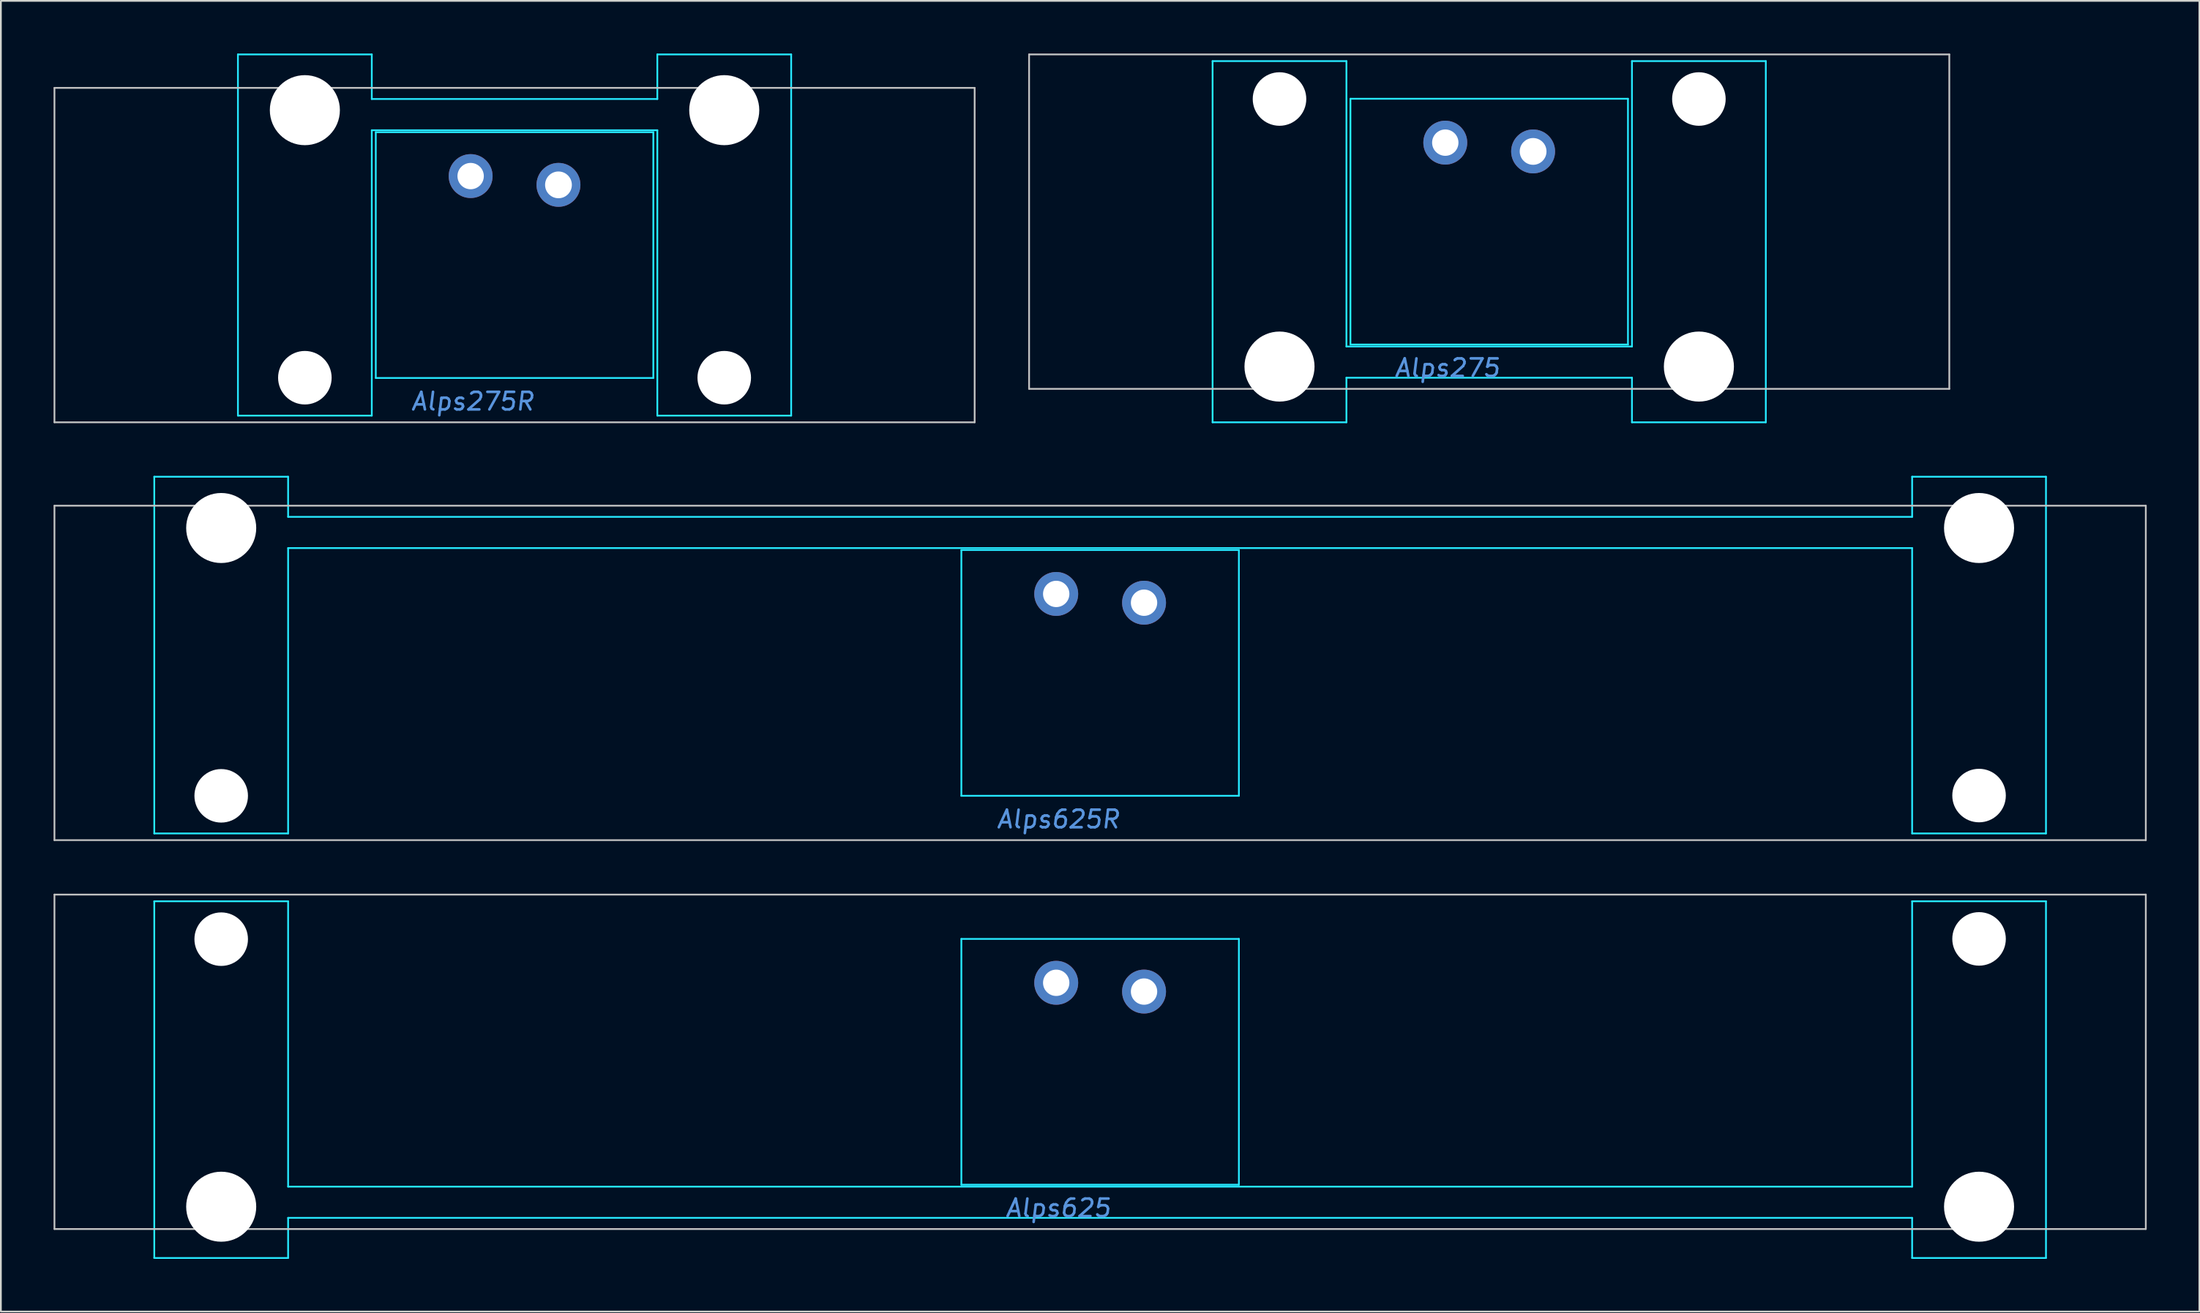
<source format=kicad_pcb>
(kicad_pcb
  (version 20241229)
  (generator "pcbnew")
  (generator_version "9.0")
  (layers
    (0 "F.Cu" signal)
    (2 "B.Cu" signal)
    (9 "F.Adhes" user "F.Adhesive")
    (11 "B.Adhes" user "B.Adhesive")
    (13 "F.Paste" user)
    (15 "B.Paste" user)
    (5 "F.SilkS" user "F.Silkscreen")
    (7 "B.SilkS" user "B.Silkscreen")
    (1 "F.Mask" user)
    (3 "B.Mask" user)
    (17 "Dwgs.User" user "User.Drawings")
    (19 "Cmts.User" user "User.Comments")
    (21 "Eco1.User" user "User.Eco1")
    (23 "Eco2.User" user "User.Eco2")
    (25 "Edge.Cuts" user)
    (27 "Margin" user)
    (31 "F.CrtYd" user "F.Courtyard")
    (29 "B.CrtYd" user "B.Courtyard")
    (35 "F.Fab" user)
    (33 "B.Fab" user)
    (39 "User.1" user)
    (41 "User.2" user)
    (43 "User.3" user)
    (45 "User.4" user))
  (footprint "Alps275R"
    (layer "F.Cu")
    (at 26.244 11.48)
    (property "Reference" "Alps275R" (at -2.381 8.334 0) (layer "Cmts.User") (effects (font (size 1 1) (thickness 0.15) (italic yes))))
    (attr through_hole)
    (fp_line (start -26.194 -9.525) (end -26.194 9.525) (stroke (width 0.1) (type solid)) (layer "Dwgs.User"))
    (fp_line (start 26.194 -9.525) (end -26.194 -9.525) (stroke (width 0.1) (type solid)) (layer "Dwgs.User"))
    (fp_line (start 26.194 -9.525) (end 26.194 9.525) (stroke (width 0.1) (type solid)) (layer "Dwgs.User"))
    (fp_line (start 26.194 9.525) (end -26.194 9.525) (stroke (width 0.1) (type solid)) (layer "Dwgs.User"))
    (fp_line (start -15.748 -11.43) (end -8.128 -11.43) (stroke (width 0.1) (type solid)) (layer "B.CrtYd"))
    (fp_line (start -15.748 9.144) (end -15.748 -11.43) (stroke (width 0.1) (type solid)) (layer "B.CrtYd"))
    (fp_line (start -8.128 -11.43) (end -8.128 -8.89) (stroke (width 0.1) (type solid)) (layer "B.CrtYd"))
    (fp_line (start -8.128 9.144) (end -15.748 9.144) (stroke (width 0.1) (type solid)) (layer "B.CrtYd"))
    (fp_line (start -8.128 9.144) (end -8.128 -7.112) (stroke (width 0.1) (type solid)) (layer "B.CrtYd"))
    (fp_line (start -7.9 -7) (end 7.9 -7) (stroke (width 0.1) (type solid)) (layer "B.CrtYd"))
    (fp_line (start -7.9 7) (end -7.9 -7) (stroke (width 0.1) (type solid)) (layer "B.CrtYd"))
    (fp_line (start -7.9 7) (end 7.9 7) (stroke (width 0.1) (type solid)) (layer "B.CrtYd"))
    (fp_line (start 7.9 7) (end 7.9 -7) (stroke (width 0.1) (type solid)) (layer "B.CrtYd"))
    (fp_line (start 8.128 -11.43) (end 8.128 -8.89) (stroke (width 0.1) (type solid)) (layer "B.CrtYd"))
    (fp_line (start 8.128 -11.43) (end 15.748 -11.43) (stroke (width 0.1) (type solid)) (layer "B.CrtYd"))
    (fp_line (start 8.128 -8.89) (end -8.128 -8.89) (stroke (width 0.1) (type solid)) (layer "B.CrtYd"))
    (fp_line (start 8.128 -7.112) (end -8.128 -7.112) (stroke (width 0.1) (type solid)) (layer "B.CrtYd"))
    (fp_line (start 8.128 9.144) (end 8.128 -7.112) (stroke (width 0.1) (type solid)) (layer "B.CrtYd"))
    (fp_line (start 15.748 -11.43) (end 15.748 9.144) (stroke (width 0.1) (type solid)) (layer "B.CrtYd"))
    (fp_line (start 15.748 9.144) (end 8.128 9.144) (stroke (width 0.1) (type solid)) (layer "B.CrtYd"))
    (pad "" np_thru_hole circle (at -11.938 -8.255) (size 3.988 3.988) (drill 3.988) (layers "*.Cu" "*.Mask"))
    (pad "" np_thru_hole circle (at -11.938 6.985) (size 3.048 3.048) (drill 3.048) (layers "*.Cu" "*.Mask"))
    (pad "" np_thru_hole circle (at 11.938 -8.255) (size 3.988 3.988) (drill 3.988) (layers "*.Cu" "*.Mask"))
    (pad "" np_thru_hole circle (at 11.938 6.985) (size 3.048 3.048) (drill 3.048) (layers "*.Cu" "*.Mask"))
    (pad "1" thru_hole circle (at -2.5 -4.5 45) (size 2.5 2.5) (drill 1.5) (layers "*.Cu" "*.Mask"))
    (pad "2" thru_hole circle (at 2.5 -4 45) (size 2.5 2.5) (drill 1.524) (layers "*.Cu" "*.Mask")))
  (footprint "Alps275"
    (layer "F.Cu")
    (at 81.731 9.575)
    (property "Reference" "Alps275" (at -2.381 8.334 0) (layer "Cmts.User") (effects (font (size 1 1) (thickness 0.15) (italic yes))))
    (attr through_hole)
    (fp_line (start -26.194 -9.525) (end -26.194 9.525) (stroke (width 0.1) (type solid)) (layer "Dwgs.User"))
    (fp_line (start 26.194 -9.525) (end -26.194 -9.525) (stroke (width 0.1) (type solid)) (layer "Dwgs.User"))
    (fp_line (start 26.194 -9.525) (end 26.194 9.525) (stroke (width 0.1) (type solid)) (layer "Dwgs.User"))
    (fp_line (start 26.194 9.525) (end -26.194 9.525) (stroke (width 0.1) (type solid)) (layer "Dwgs.User"))
    (fp_line (start -15.748 -9.144) (end -8.128 -9.144) (stroke (width 0.1) (type solid)) (layer "B.CrtYd"))
    (fp_line (start -15.748 11.43) (end -15.748 -9.144) (stroke (width 0.1) (type solid)) (layer "B.CrtYd"))
    (fp_line (start -8.128 -9.144) (end -8.128 7.112) (stroke (width 0.1) (type solid)) (layer "B.CrtYd"))
    (fp_line (start -8.128 7.112) (end 8.128 7.112) (stroke (width 0.1) (type solid)) (layer "B.CrtYd"))
    (fp_line (start -8.128 8.89) (end 8.128 8.89) (stroke (width 0.1) (type solid)) (layer "B.CrtYd"))
    (fp_line (start -8.128 11.43) (end -15.748 11.43) (stroke (width 0.1) (type solid)) (layer "B.CrtYd"))
    (fp_line (start -8.128 11.43) (end -8.128 8.89) (stroke (width 0.1) (type solid)) (layer "B.CrtYd"))
    (fp_line (start -7.9 -7) (end -7.9 7) (stroke (width 0.1) (type solid)) (layer "B.CrtYd"))
    (fp_line (start 7.9 -7) (end -7.9 -7) (stroke (width 0.1) (type solid)) (layer "B.CrtYd"))
    (fp_line (start 7.9 -7) (end 7.9 7) (stroke (width 0.1) (type solid)) (layer "B.CrtYd"))
    (fp_line (start 7.9 7) (end -7.9 7) (stroke (width 0.1) (type solid)) (layer "B.CrtYd"))
    (fp_line (start 8.128 -9.144) (end 8.128 7.112) (stroke (width 0.1) (type solid)) (layer "B.CrtYd"))
    (fp_line (start 8.128 -9.144) (end 15.748 -9.144) (stroke (width 0.1) (type solid)) (layer "B.CrtYd"))
    (fp_line (start 8.128 11.43) (end 8.128 8.89) (stroke (width 0.1) (type solid)) (layer "B.CrtYd"))
    (fp_line (start 15.748 -9.144) (end 15.748 11.43) (stroke (width 0.1) (type solid)) (layer "B.CrtYd"))
    (fp_line (start 15.748 11.43) (end 8.128 11.43) (stroke (width 0.1) (type solid)) (layer "B.CrtYd"))
    (pad "" np_thru_hole circle (at -11.938 -6.985 180) (size 3.048 3.048) (drill 3.048) (layers "*.Cu" "*.Mask"))
    (pad "" np_thru_hole circle (at -11.938 8.255 180) (size 3.988 3.988) (drill 3.988) (layers "*.Cu" "*.Mask"))
    (pad "" np_thru_hole circle (at 11.938 -6.985 180) (size 3.048 3.048) (drill 3.048) (layers "*.Cu" "*.Mask"))
    (pad "" np_thru_hole circle (at 11.938 8.255 180) (size 3.988 3.988) (drill 3.988) (layers "*.Cu" "*.Mask"))
    (pad "1" thru_hole circle (at -2.5 -4.5 45) (size 2.5 2.5) (drill 1.5) (layers "*.Cu" "*.Mask"))
    (pad "2" thru_hole circle (at 2.5 -4 45) (size 2.5 2.5) (drill 1.524) (layers "*.Cu" "*.Mask")))
  (footprint "Alps625"
    (layer "F.Cu")
    (at 59.581 57.431)
    (property "Reference" "Alps625" (at -2.381 8.334 0) (layer "Cmts.User") (effects (font (size 1 1) (thickness 0.15) (italic yes))))
    (attr through_hole)
    (fp_line (start -59.531 -9.525) (end -59.531 9.525) (stroke (width 0.1) (type solid)) (layer "Dwgs.User"))
    (fp_line (start -59.531 -9.525) (end 59.531 -9.525) (stroke (width 0.1) (type solid)) (layer "Dwgs.User"))
    (fp_line (start -59.531 9.525) (end 59.531 9.525) (stroke (width 0.1) (type solid)) (layer "Dwgs.User"))
    (fp_line (start 59.531 -9.525) (end 59.531 9.525) (stroke (width 0.1) (type solid)) (layer "Dwgs.User"))
    (fp_line (start -53.848 -9.144) (end -53.848 11.176) (stroke (width 0.1) (type solid)) (layer "B.CrtYd"))
    (fp_line (start -53.848 -9.144) (end -46.228 -9.144) (stroke (width 0.1) (type solid)) (layer "B.CrtYd"))
    (fp_line (start -53.848 11.176) (end -46.228 11.176) (stroke (width 0.1) (type solid)) (layer "B.CrtYd"))
    (fp_line (start -46.228 7.112) (end -46.228 -9.144) (stroke (width 0.1) (type solid)) (layer "B.CrtYd"))
    (fp_line (start -46.228 7.112) (end 46.228 7.112) (stroke (width 0.1) (type solid)) (layer "B.CrtYd"))
    (fp_line (start -46.228 8.89) (end -46.228 11.176) (stroke (width 0.1) (type solid)) (layer "B.CrtYd"))
    (fp_line (start -46.228 8.89) (end 46.228 8.89) (stroke (width 0.1) (type solid)) (layer "B.CrtYd"))
    (fp_line (start -7.9 -7) (end 7.9 -7) (stroke (width 0.1) (type solid)) (layer "B.CrtYd"))
    (fp_line (start -7.9 7) (end -7.9 -7) (stroke (width 0.1) (type solid)) (layer "B.CrtYd"))
    (fp_line (start -7.9 7) (end 7.9 7) (stroke (width 0.1) (type solid)) (layer "B.CrtYd"))
    (fp_line (start 7.9 7) (end 7.9 -7) (stroke (width 0.1) (type solid)) (layer "B.CrtYd"))
    (fp_line (start 46.228 -9.144) (end 53.848 -9.144) (stroke (width 0.1) (type solid)) (layer "B.CrtYd"))
    (fp_line (start 46.228 7.112) (end 46.228 -9.144) (stroke (width 0.1) (type solid)) (layer "B.CrtYd"))
    (fp_line (start 46.228 8.89) (end 46.228 11.176) (stroke (width 0.1) (type solid)) (layer "B.CrtYd"))
    (fp_line (start 46.228 11.176) (end 53.848 11.176) (stroke (width 0.1) (type solid)) (layer "B.CrtYd"))
    (fp_line (start 53.848 -9.144) (end 53.848 11.176) (stroke (width 0.1) (type solid)) (layer "B.CrtYd"))
    (pad "" np_thru_hole circle (at -50.038 -6.985 180) (size 3.048 3.048) (drill 3.048) (layers "*.Cu" "*.Mask"))
    (pad "" np_thru_hole circle (at -50.038 8.255 180) (size 3.988 3.988) (drill 3.988) (layers "*.Cu" "*.Mask"))
    (pad "" np_thru_hole circle (at 50.038 -7 180) (size 3.048 3.048) (drill 3.048) (layers "*.Cu" "*.Mask"))
    (pad "" np_thru_hole circle (at 50.038 8.255 180) (size 3.988 3.988) (drill 3.988) (layers "*.Cu" "*.Mask"))
    (pad "1" thru_hole circle (at -2.5 -4.5 45) (size 2.5 2.5) (drill 1.5) (layers "*.Cu" "*.Mask"))
    (pad "2" thru_hole circle (at 2.5 -4) (size 2.5 2.5) (drill 1.5) (layers "*.Cu" "*.Mask")))
  (footprint "Alps625R"
    (layer "F.Cu")
    (at 59.581 35.281)
    (property "Reference" "Alps625R" (at -2.381 8.334 0) (layer "Cmts.User") (effects (font (size 1 1) (thickness 0.15) (italic yes))))
    (attr through_hole)
    (fp_line (start -59.531 -9.525) (end -59.531 9.525) (stroke (width 0.1) (type solid)) (layer "Dwgs.User"))
    (fp_line (start -59.531 -9.525) (end 59.531 -9.525) (stroke (width 0.1) (type solid)) (layer "Dwgs.User"))
    (fp_line (start -59.531 9.525) (end 59.531 9.525) (stroke (width 0.1) (type solid)) (layer "Dwgs.User"))
    (fp_line (start 59.531 -9.525) (end 59.531 9.525) (stroke (width 0.1) (type solid)) (layer "Dwgs.User"))
    (fp_line (start -53.848 9.144) (end -53.848 -11.176) (stroke (width 0.1) (type solid)) (layer "B.CrtYd"))
    (fp_line (start -46.228 -11.176) (end -53.848 -11.176) (stroke (width 0.1) (type solid)) (layer "B.CrtYd"))
    (fp_line (start -46.228 -8.89) (end -46.228 -11.176) (stroke (width 0.1) (type solid)) (layer "B.CrtYd"))
    (fp_line (start -46.228 -7.112) (end -46.228 9.144) (stroke (width 0.1) (type solid)) (layer "B.CrtYd"))
    (fp_line (start -46.228 9.144) (end -53.848 9.144) (stroke (width 0.1) (type solid)) (layer "B.CrtYd"))
    (fp_line (start -7.9 -7) (end 7.9 -7) (stroke (width 0.1) (type solid)) (layer "B.CrtYd"))
    (fp_line (start -7.9 7) (end -7.9 -7) (stroke (width 0.1) (type solid)) (layer "B.CrtYd"))
    (fp_line (start -7.9 7) (end 7.9 7) (stroke (width 0.1) (type solid)) (layer "B.CrtYd"))
    (fp_line (start 7.9 7) (end 7.9 -7) (stroke (width 0.1) (type solid)) (layer "B.CrtYd"))
    (fp_line (start 46.228 -8.89) (end -46.228 -8.89) (stroke (width 0.1) (type solid)) (layer "B.CrtYd"))
    (fp_line (start 46.228 -8.89) (end 46.228 -11.176) (stroke (width 0.1) (type solid)) (layer "B.CrtYd"))
    (fp_line (start 46.228 -7.112) (end -46.228 -7.112) (stroke (width 0.1) (type solid)) (layer "B.CrtYd"))
    (fp_line (start 46.228 -7.112) (end 46.228 9.144) (stroke (width 0.1) (type solid)) (layer "B.CrtYd"))
    (fp_line (start 53.848 -11.176) (end 46.228 -11.176) (stroke (width 0.1) (type solid)) (layer "B.CrtYd"))
    (fp_line (start 53.848 9.144) (end 46.228 9.144) (stroke (width 0.1) (type solid)) (layer "B.CrtYd"))
    (fp_line (start 53.848 9.144) (end 53.848 -11.176) (stroke (width 0.1) (type solid)) (layer "B.CrtYd"))
    (pad "" np_thru_hole circle (at -50.038 -8.255) (size 3.988 3.988) (drill 3.988) (layers "*.Cu" "*.Mask"))
    (pad "" np_thru_hole circle (at -50.038 7) (size 3.048 3.048) (drill 3.048) (layers "*.Cu" "*.Mask"))
    (pad "" np_thru_hole circle (at 50.038 -8.255) (size 3.988 3.988) (drill 3.988) (layers "*.Cu" "*.Mask"))
    (pad "" np_thru_hole circle (at 50.038 6.985) (size 3.048 3.048) (drill 3.048) (layers "*.Cu" "*.Mask"))
    (pad "1" thru_hole circle (at -2.5 -4.5 45) (size 2.5 2.5) (drill 1.5) (layers "*.Cu" "*.Mask"))
    (pad "2" thru_hole circle (at 2.5 -4) (size 2.5 2.5) (drill 1.5) (layers "*.Cu" "*.Mask")))
  (gr_rect
    (start -3 -3)
    (end 122.162 71.657)
    (stroke (width 0.1) (type default))
    (fill no)
    (layer "Edge.Cuts")))
</source>
